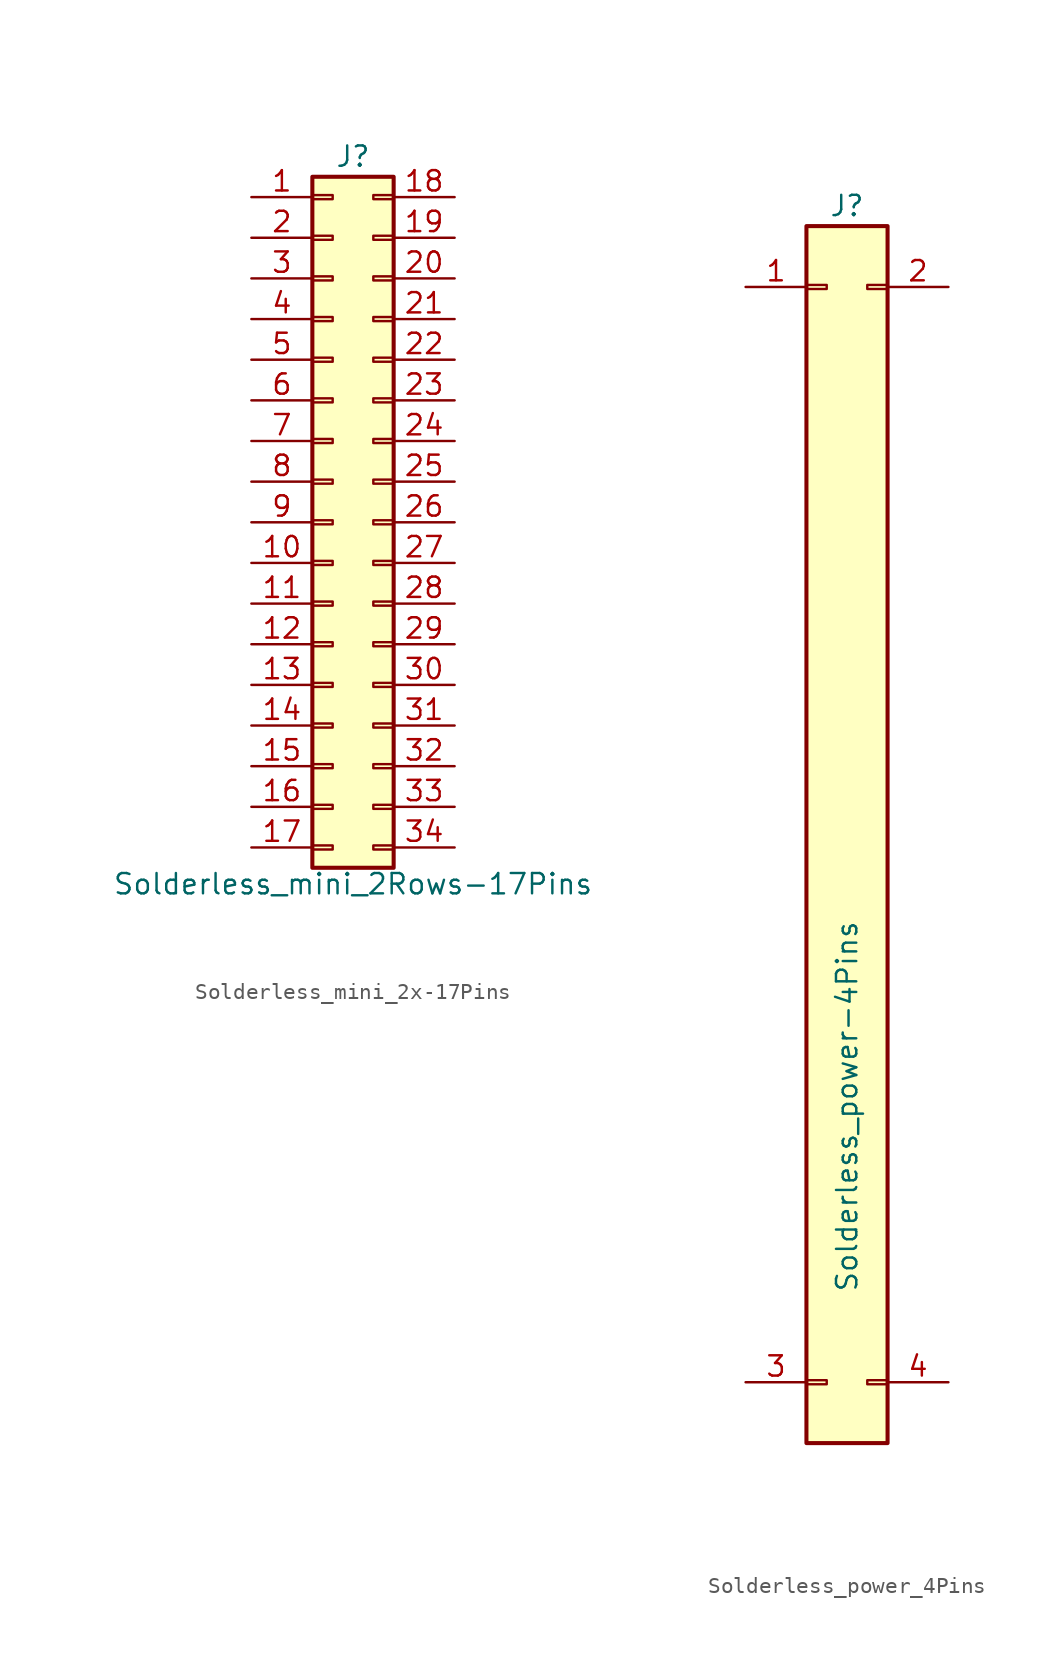
<source format=kicad_sym>
(kicad_symbol_lib
  (version 20220914)
  (generator kicad_symbol_editor)
  (symbol "Solderless_mini_2x-17Pins"
    (pin_names
      (offset 1.016) hide)
    (property "Reference" "J"
      (at 1.27 45.72 0)
      (effects (font (size 1.27 1.27))))
    (property "Value" "Solderless_mini_2Rows-17Pins"
      (at 1.27 0.254 0)
      (effects (font (size 1.27 1.27))))
    (symbol "Solderless_mini_2x-17Pins_1_1"
      (rectangle (start -1.27 2.667) (end 0 2.413) (stroke (width 0.152) (type default)) (fill (type none)))
      (rectangle (start -1.27 5.207) (end 0 4.953) (stroke (width 0.152) (type default)) (fill (type none)))
      (rectangle (start -1.27 7.747) (end 0 7.493) (stroke (width 0.152) (type default)) (fill (type none)))
      (rectangle (start -1.27 10.287) (end 0 10.033) (stroke (width 0.152) (type default)) (fill (type none)))
      (rectangle (start -1.27 12.827) (end 0 12.573) (stroke (width 0.152) (type default)) (fill (type none)))
      (rectangle (start -1.27 15.367) (end 0 15.113) (stroke (width 0.152) (type default)) (fill (type none)))
      (rectangle (start -1.27 17.907) (end 0 17.653) (stroke (width 0.152) (type default)) (fill (type none)))
      (rectangle (start -1.27 20.447) (end 0 20.193) (stroke (width 0.152) (type default)) (fill (type none)))
      (rectangle (start -1.27 22.987) (end 0 22.733) (stroke (width 0.152) (type default)) (fill (type none)))
      (rectangle (start -1.27 25.527) (end 0 25.273) (stroke (width 0.152) (type default)) (fill (type none)))
      (rectangle (start -1.27 28.067) (end 0 27.813) (stroke (width 0.152) (type default)) (fill (type none)))
      (rectangle (start -1.27 30.607) (end 0 30.353) (stroke (width 0.152) (type default)) (fill (type none)))
      (rectangle (start -1.27 33.147) (end 0 32.893) (stroke (width 0.152) (type default)) (fill (type none)))
      (rectangle (start -1.27 35.687) (end 0 35.433) (stroke (width 0.152) (type default)) (fill (type none)))
      (rectangle (start -1.27 38.227) (end 0 37.973) (stroke (width 0.152) (type default)) (fill (type none)))
      (rectangle (start -1.27 40.767) (end 0 40.513) (stroke (width 0.152) (type default)) (fill (type none)))
      (rectangle (start -1.27 43.307) (end 0 43.053) (stroke (width 0.152) (type default)) (fill (type none)))
      (rectangle (start -1.27 44.45) (end 3.81 1.27) (stroke (width 0.254) (type default)) (fill (type background)))
      (rectangle (start 3.81 2.667) (end 2.54 2.413) (stroke (width 0.152) (type default)) (fill (type none)))
      (rectangle (start 3.81 5.207) (end 2.54 4.953) (stroke (width 0.152) (type default)) (fill (type none)))
      (rectangle (start 3.81 7.747) (end 2.54 7.493) (stroke (width 0.152) (type default)) (fill (type none)))
      (rectangle (start 3.81 10.287) (end 2.54 10.033) (stroke (width 0.152) (type default)) (fill (type none)))
      (rectangle (start 3.81 12.827) (end 2.54 12.573) (stroke (width 0.152) (type default)) (fill (type none)))
      (rectangle (start 3.81 15.367) (end 2.54 15.113) (stroke (width 0.152) (type default)) (fill (type none)))
      (rectangle (start 3.81 17.907) (end 2.54 17.653) (stroke (width 0.152) (type default)) (fill (type none)))
      (rectangle (start 3.81 20.447) (end 2.54 20.193) (stroke (width 0.152) (type default)) (fill (type none)))
      (rectangle (start 3.81 22.987) (end 2.54 22.733) (stroke (width 0.152) (type default)) (fill (type none)))
      (rectangle (start 3.81 25.527) (end 2.54 25.273) (stroke (width 0.152) (type default)) (fill (type none)))
      (rectangle (start 3.81 28.067) (end 2.54 27.813) (stroke (width 0.152) (type default)) (fill (type none)))
      (rectangle (start 3.81 30.607) (end 2.54 30.353) (stroke (width 0.152) (type default)) (fill (type none)))
      (rectangle (start 3.81 33.147) (end 2.54 32.893) (stroke (width 0.152) (type default)) (fill (type none)))
      (rectangle (start 3.81 35.687) (end 2.54 35.433) (stroke (width 0.152) (type default)) (fill (type none)))
      (rectangle (start 3.81 38.227) (end 2.54 37.973) (stroke (width 0.152) (type default)) (fill (type none)))
      (rectangle (start 3.81 40.767) (end 2.54 40.513) (stroke (width 0.152) (type default)) (fill (type none)))
      (rectangle (start 3.81 43.307) (end 2.54 43.053) (stroke (width 0.152) (type default)) (fill (type none)))
      (pin passive line (at -5.08 43.18 0) (length 3.81) (name "Pin_1" (effects (font (size 1.27 1.27)))) (number "1" (effects (font (size 1.27 1.27)))))
      (pin passive line (at -5.08 20.32 0) (length 3.81) (name "Pin_10" (effects (font (size 1.27 1.27)))) (number "10" (effects (font (size 1.27 1.27)))))
      (pin passive line (at -5.08 17.78 0) (length 3.81) (name "Pin_11" (effects (font (size 1.27 1.27)))) (number "11" (effects (font (size 1.27 1.27)))))
      (pin passive line (at -5.08 15.24 0) (length 3.81) (name "Pin_12" (effects (font (size 1.27 1.27)))) (number "12" (effects (font (size 1.27 1.27)))))
      (pin passive line (at -5.08 12.7 0) (length 3.81) (name "Pin_13" (effects (font (size 1.27 1.27)))) (number "13" (effects (font (size 1.27 1.27)))))
      (pin passive line (at -5.08 10.16 0) (length 3.81) (name "Pin_14" (effects (font (size 1.27 1.27)))) (number "14" (effects (font (size 1.27 1.27)))))
      (pin passive line (at -5.08 7.62 0) (length 3.81) (name "Pin_15" (effects (font (size 1.27 1.27)))) (number "15" (effects (font (size 1.27 1.27)))))
      (pin passive line (at -5.08 5.08 0) (length 3.81) (name "Pin_16" (effects (font (size 1.27 1.27)))) (number "16" (effects (font (size 1.27 1.27)))))
      (pin passive line (at -5.08 2.54 0) (length 3.81) (name "Pin_17" (effects (font (size 1.27 1.27)))) (number "17" (effects (font (size 1.27 1.27)))))
      (pin passive line (at 7.62 43.18 180) (length 3.81) (name "Pin_18" (effects (font (size 1.27 1.27)))) (number "18" (effects (font (size 1.27 1.27)))))
      (pin passive line (at 7.62 40.64 180) (length 3.81) (name "Pin_19" (effects (font (size 1.27 1.27)))) (number "19" (effects (font (size 1.27 1.27)))))
      (pin passive line (at -5.08 40.64 0) (length 3.81) (name "Pin_2" (effects (font (size 1.27 1.27)))) (number "2" (effects (font (size 1.27 1.27)))))
      (pin passive line (at 7.62 38.1 180) (length 3.81) (name "Pin_20" (effects (font (size 1.27 1.27)))) (number "20" (effects (font (size 1.27 1.27)))))
      (pin passive line (at 7.62 35.56 180) (length 3.81) (name "Pin_21" (effects (font (size 1.27 1.27)))) (number "21" (effects (font (size 1.27 1.27)))))
      (pin passive line (at 7.62 33.02 180) (length 3.81) (name "Pin_22" (effects (font (size 1.27 1.27)))) (number "22" (effects (font (size 1.27 1.27)))))
      (pin passive line (at 7.62 30.48 180) (length 3.81) (name "Pin_23" (effects (font (size 1.27 1.27)))) (number "23" (effects (font (size 1.27 1.27)))))
      (pin passive line (at 7.62 27.94 180) (length 3.81) (name "Pin_24" (effects (font (size 1.27 1.27)))) (number "24" (effects (font (size 1.27 1.27)))))
      (pin passive line (at 7.62 25.4 180) (length 3.81) (name "Pin_25" (effects (font (size 1.27 1.27)))) (number "25" (effects (font (size 1.27 1.27)))))
      (pin passive line (at 7.62 22.86 180) (length 3.81) (name "Pin_26" (effects (font (size 1.27 1.27)))) (number "26" (effects (font (size 1.27 1.27)))))
      (pin passive line (at 7.62 20.32 180) (length 3.81) (name "Pin_27" (effects (font (size 1.27 1.27)))) (number "27" (effects (font (size 1.27 1.27)))))
      (pin passive line (at 7.62 17.78 180) (length 3.81) (name "Pin_28" (effects (font (size 1.27 1.27)))) (number "28" (effects (font (size 1.27 1.27)))))
      (pin passive line (at 7.62 15.24 180) (length 3.81) (name "Pin_29" (effects (font (size 1.27 1.27)))) (number "29" (effects (font (size 1.27 1.27)))))
      (pin passive line (at -5.08 38.1 0) (length 3.81) (name "Pin_3" (effects (font (size 1.27 1.27)))) (number "3" (effects (font (size 1.27 1.27)))))
      (pin passive line (at 7.62 12.7 180) (length 3.81) (name "Pin_30" (effects (font (size 1.27 1.27)))) (number "30" (effects (font (size 1.27 1.27)))))
      (pin passive line (at 7.62 10.16 180) (length 3.81) (name "Pin_31" (effects (font (size 1.27 1.27)))) (number "31" (effects (font (size 1.27 1.27)))))
      (pin passive line (at 7.62 7.62 180) (length 3.81) (name "Pin_32" (effects (font (size 1.27 1.27)))) (number "32" (effects (font (size 1.27 1.27)))))
      (pin passive line (at 7.62 5.08 180) (length 3.81) (name "Pin_33" (effects (font (size 1.27 1.27)))) (number "33" (effects (font (size 1.27 1.27)))))
      (pin passive line (at 7.62 2.54 180) (length 3.81) (name "Pin_34" (effects (font (size 1.27 1.27)))) (number "34" (effects (font (size 1.27 1.27)))))
      (pin passive line (at -5.08 35.56 0) (length 3.81) (name "Pin_4" (effects (font (size 1.27 1.27)))) (number "4" (effects (font (size 1.27 1.27)))))
      (pin passive line (at -5.08 33.02 0) (length 3.81) (name "Pin_5" (effects (font (size 1.27 1.27)))) (number "5" (effects (font (size 1.27 1.27)))))
      (pin passive line (at -5.08 30.48 0) (length 3.81) (name "Pin_6" (effects (font (size 1.27 1.27)))) (number "6" (effects (font (size 1.27 1.27)))))
      (pin passive line (at -5.08 27.94 0) (length 3.81) (name "Pin_7" (effects (font (size 1.27 1.27)))) (number "7" (effects (font (size 1.27 1.27)))))
      (pin passive line (at -5.08 25.4 0) (length 3.81) (name "Pin_8" (effects (font (size 1.27 1.27)))) (number "8" (effects (font (size 1.27 1.27)))))
      (pin passive line (at -5.08 22.86 0) (length 3.81) (name "Pin_9" (effects (font (size 1.27 1.27)))) (number "9" (effects (font (size 1.27 1.27)))))))
  (symbol "Solderless_power_4Pins"
    (pin_names
      (offset 1.016) hide)
    (property "Reference" "J"
      (at 1.27 45.72 0)
      (effects (font (size 1.27 1.27))))
    (property "Value" "Solderless_power-4Pins"
      (at 1.27 -10.668 90)
      (effects (font (size 1.27 1.27))))
    (symbol "Solderless_power_4Pins_1_1"
      (rectangle (start -1.27 -27.813) (end 0 -28.067) (stroke (width 0.152) (type default)) (fill (type none)))
      (rectangle (start -1.27 40.767) (end 0 40.513) (stroke (width 0.152) (type default)) (fill (type none)))
      (rectangle (start -1.27 44.45) (end 3.81 -31.75) (stroke (width 0.254) (type default)) (fill (type background)))
      (rectangle (start 3.81 -27.813) (end 2.54 -28.067) (stroke (width 0.152) (type default)) (fill (type none)))
      (rectangle (start 3.81 40.767) (end 2.54 40.513) (stroke (width 0.152) (type default)) (fill (type none)))
      (pin passive line (at -5.08 40.64 0) (length 3.81) (name "Pin_1" (effects (font (size 1.27 1.27)))) (number "1" (effects (font (size 1.27 1.27)))))
      (pin passive line (at 7.62 40.64 180) (length 3.81) (name "Pin_2" (effects (font (size 1.27 1.27)))) (number "2" (effects (font (size 1.27 1.27)))))
      (pin passive line (at -5.08 -27.94 0) (length 3.81) (name "Pin_3" (effects (font (size 1.27 1.27)))) (number "3" (effects (font (size 1.27 1.27)))))
      (pin passive line (at 7.62 -27.94 180) (length 3.81) (name "Pin_4" (effects (font (size 1.27 1.27)))) (number "4" (effects (font (size 1.27 1.27))))))))
</source>
